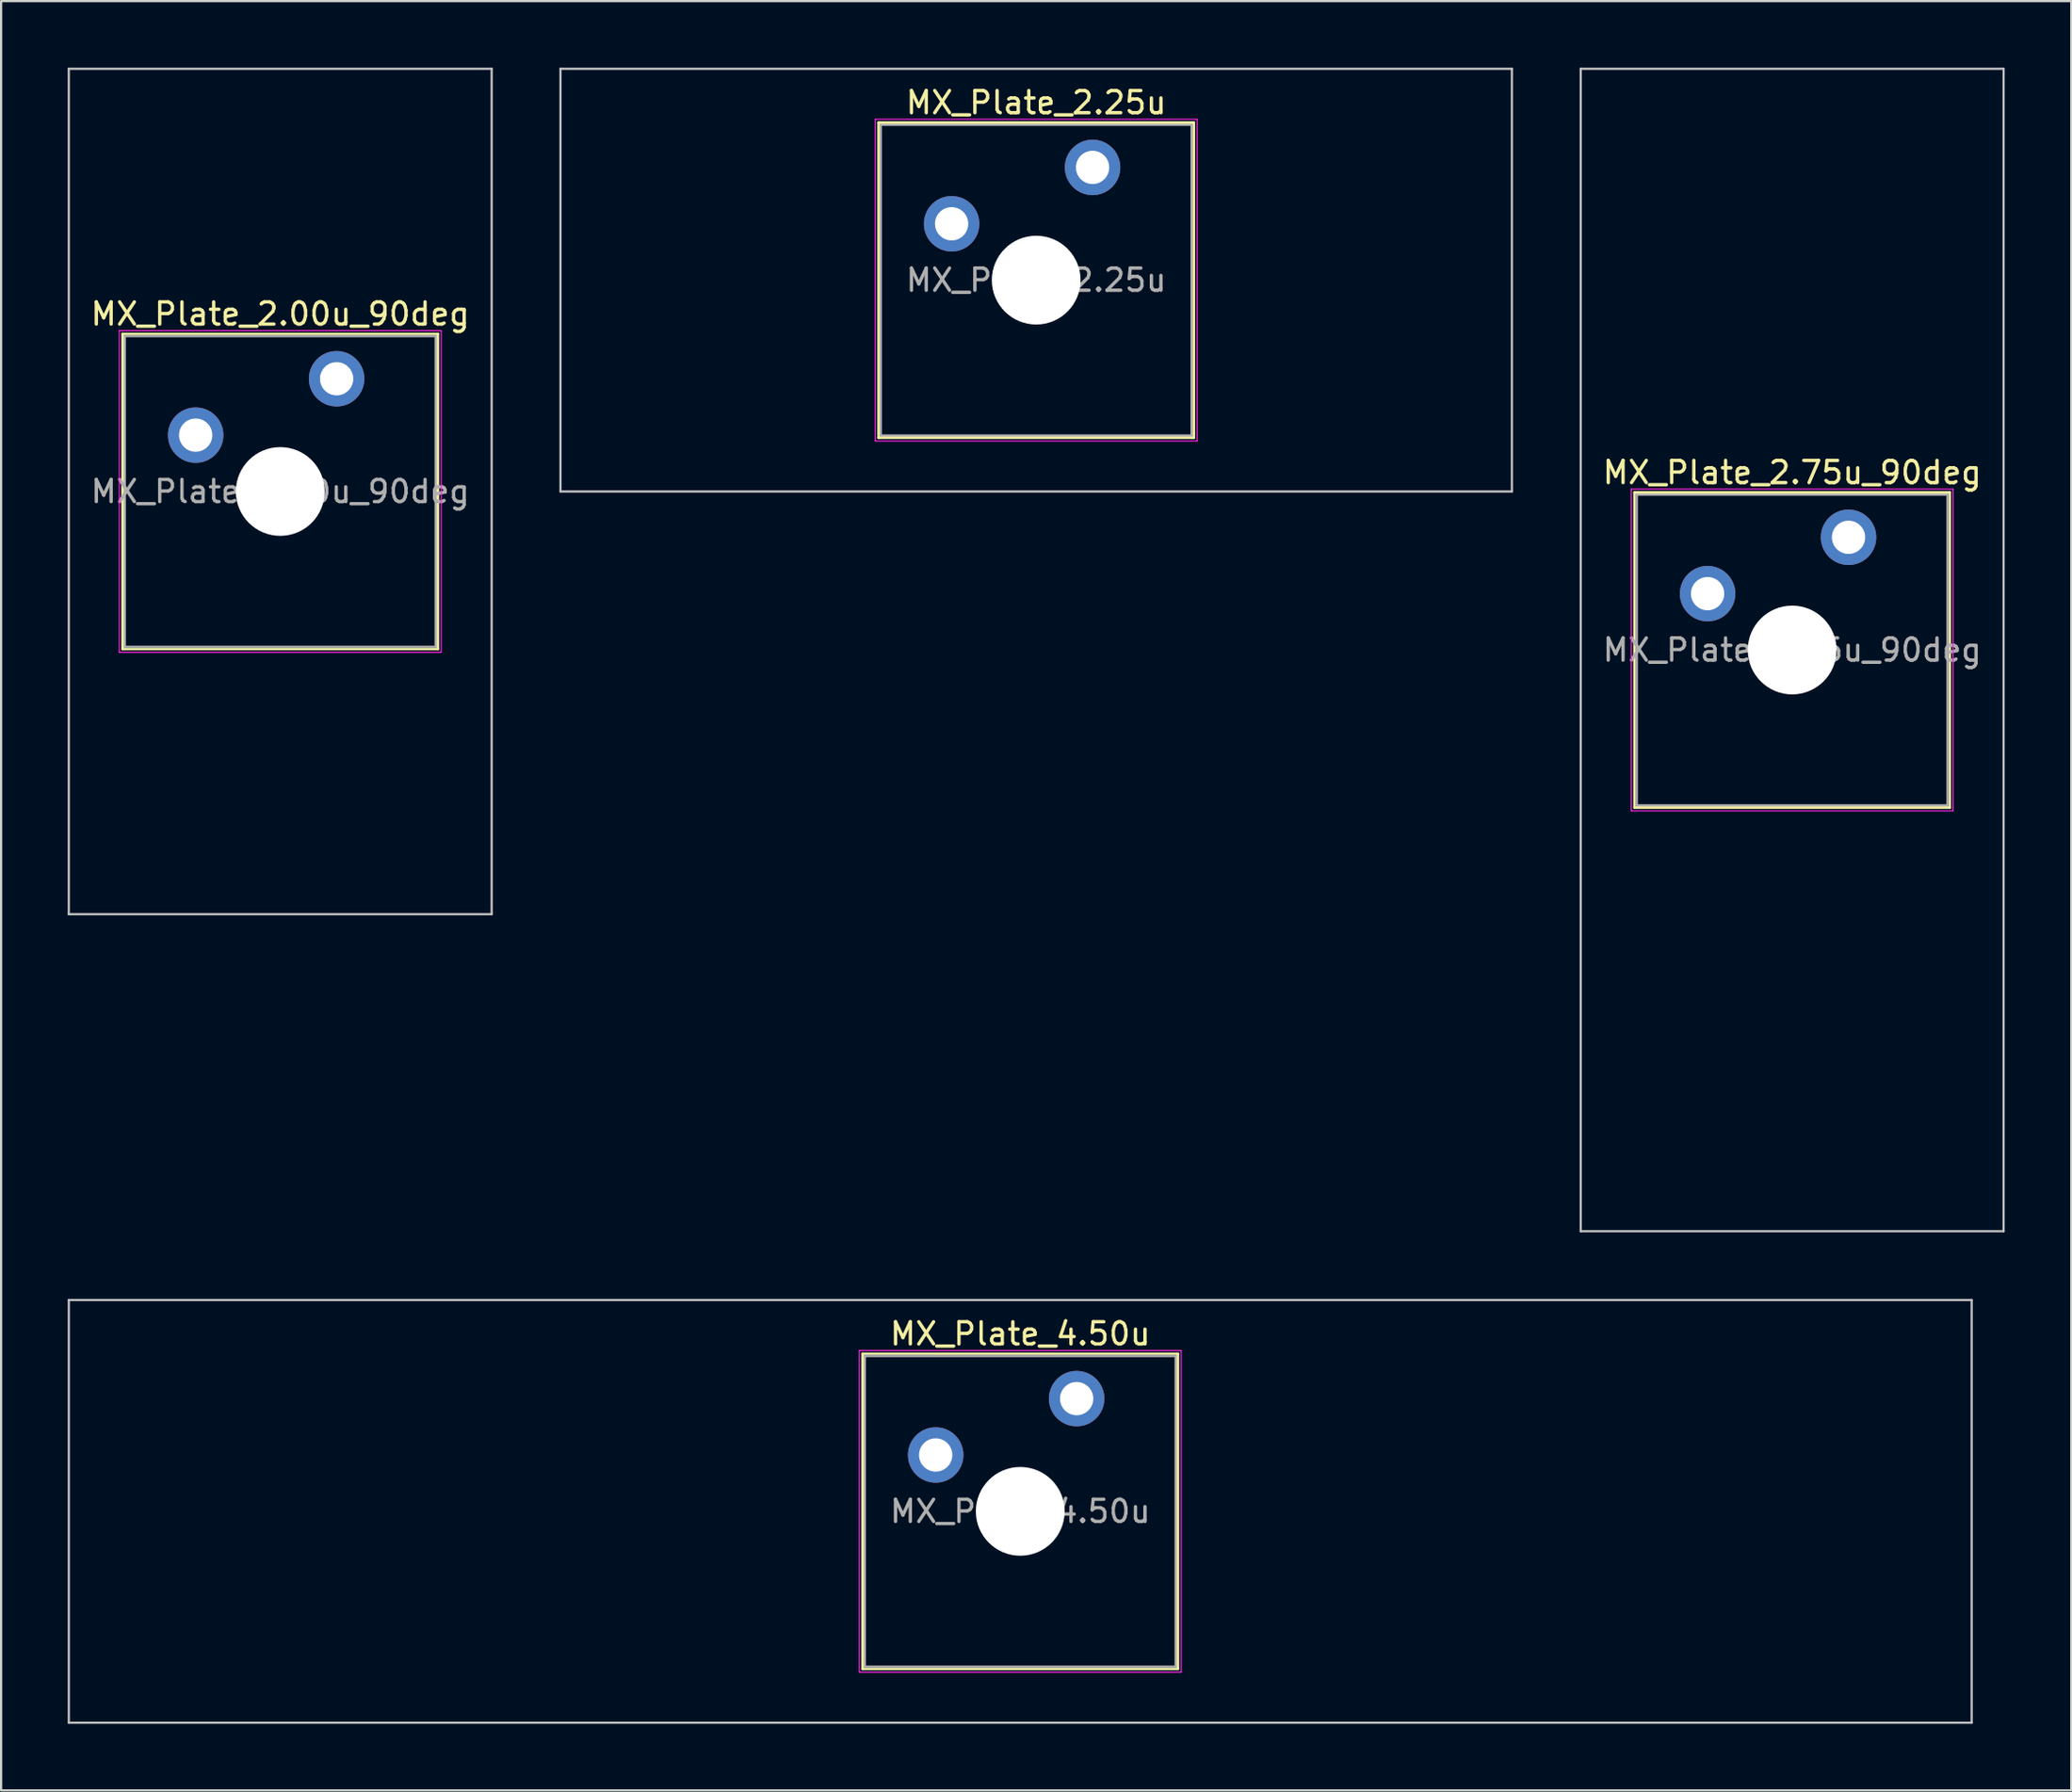
<source format=kicad_pcb>
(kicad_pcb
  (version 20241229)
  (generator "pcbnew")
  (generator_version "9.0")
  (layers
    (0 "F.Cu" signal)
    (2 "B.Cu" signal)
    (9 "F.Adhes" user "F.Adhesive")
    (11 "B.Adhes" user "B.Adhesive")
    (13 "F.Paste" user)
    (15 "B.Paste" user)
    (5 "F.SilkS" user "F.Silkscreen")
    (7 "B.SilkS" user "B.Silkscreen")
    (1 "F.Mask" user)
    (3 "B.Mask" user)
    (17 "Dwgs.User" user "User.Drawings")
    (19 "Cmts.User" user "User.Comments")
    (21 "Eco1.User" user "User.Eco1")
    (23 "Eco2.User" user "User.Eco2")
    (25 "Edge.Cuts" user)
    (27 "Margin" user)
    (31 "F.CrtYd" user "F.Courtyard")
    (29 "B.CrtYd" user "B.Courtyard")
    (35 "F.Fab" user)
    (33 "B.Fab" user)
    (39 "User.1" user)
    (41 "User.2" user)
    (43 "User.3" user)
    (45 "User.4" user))
  (footprint "MX_Plate_2.00u_90deg"
    (layer "F.Cu")
    (at 9.575 19.1)
    (property "Reference" "MX_Plate_2.00u_90deg" (at 0 -8 0) (layer "F.SilkS") (effects (font (size 1 1) (thickness 0.15))))
    (attr through_hole)
    (fp_line (start -7.1 -7.1) (end -7.1 7.1) (stroke (width 0.12) (type solid)) (layer "F.SilkS"))
    (fp_line (start -7.1 7.1) (end 7.1 7.1) (stroke (width 0.12) (type solid)) (layer "F.SilkS"))
    (fp_line (start 7.1 -7.1) (end -7.1 -7.1) (stroke (width 0.12) (type solid)) (layer "F.SilkS"))
    (fp_line (start 7.1 7.1) (end 7.1 -7.1) (stroke (width 0.12) (type solid)) (layer "F.SilkS"))
    (fp_line (start -9.525 -19.05) (end 9.525 -19.05) (stroke (width 0.1) (type solid)) (layer "Dwgs.User"))
    (fp_line (start -9.525 19.05) (end -9.525 -19.05) (stroke (width 0.1) (type solid)) (layer "Dwgs.User"))
    (fp_line (start 9.525 -19.05) (end 9.525 19.05) (stroke (width 0.1) (type solid)) (layer "Dwgs.User"))
    (fp_line (start 9.525 19.05) (end -9.525 19.05) (stroke (width 0.1) (type solid)) (layer "Dwgs.User"))
    (fp_line (start -7 -7) (end -7 7) (stroke (width 0.1) (type solid)) (layer "Eco1.User"))
    (fp_line (start -7 7) (end 7 7) (stroke (width 0.1) (type solid)) (layer "Eco1.User"))
    (fp_line (start 7 -7) (end -7 -7) (stroke (width 0.1) (type solid)) (layer "Eco1.User"))
    (fp_line (start 7 7) (end 7 -7) (stroke (width 0.1) (type solid)) (layer "Eco1.User"))
    (fp_line (start -7.25 -7.25) (end -7.25 7.25) (stroke (width 0.05) (type solid)) (layer "F.CrtYd"))
    (fp_line (start -7.25 7.25) (end 7.25 7.25) (stroke (width 0.05) (type solid)) (layer "F.CrtYd"))
    (fp_line (start 7.25 -7.25) (end -7.25 -7.25) (stroke (width 0.05) (type solid)) (layer "F.CrtYd"))
    (fp_line (start 7.25 7.25) (end 7.25 -7.25) (stroke (width 0.05) (type solid)) (layer "F.CrtYd"))
    (fp_line (start -7 -7) (end -7 7) (stroke (width 0.1) (type solid)) (layer "F.Fab"))
    (fp_line (start -7 7) (end 7 7) (stroke (width 0.1) (type solid)) (layer "F.Fab"))
    (fp_line (start 7 -7) (end -7 -7) (stroke (width 0.1) (type solid)) (layer "F.Fab"))
    (fp_line (start 7 7) (end 7 -7) (stroke (width 0.1) (type solid)) (layer "F.Fab"))
    (fp_text user "${REFERENCE}" (at 0 0 0) (layer "F.Fab") (effects (font (size 1 1) (thickness 0.15))))
    (pad "" np_thru_hole circle (at 0 0) (size 4 4) (drill 4) (layers "*.Cu" "*.Mask"))
    (pad "1" thru_hole circle (at -3.81 -2.54) (size 2.5 2.5) (drill 1.5) (layers "*.Cu" "*.Mask"))
    (pad "2" thru_hole circle (at 2.54 -5.08) (size 2.5 2.5) (drill 1.5) (layers "*.Cu" "*.Mask")))
  (footprint "MX_Plate_2.25u"
    (layer "F.Cu")
    (at 43.631 9.575)
    (property "Reference" "MX_Plate_2.25u" (at 0 -8 0) (layer "F.SilkS") (effects (font (size 1 1) (thickness 0.15))))
    (attr through_hole)
    (fp_line (start -7.1 -7.1) (end -7.1 7.1) (stroke (width 0.12) (type solid)) (layer "F.SilkS"))
    (fp_line (start -7.1 7.1) (end 7.1 7.1) (stroke (width 0.12) (type solid)) (layer "F.SilkS"))
    (fp_line (start 7.1 -7.1) (end -7.1 -7.1) (stroke (width 0.12) (type solid)) (layer "F.SilkS"))
    (fp_line (start 7.1 7.1) (end 7.1 -7.1) (stroke (width 0.12) (type solid)) (layer "F.SilkS"))
    (fp_line (start -21.431 -9.525) (end -21.431 9.525) (stroke (width 0.1) (type solid)) (layer "Dwgs.User"))
    (fp_line (start -21.431 9.525) (end 21.431 9.525) (stroke (width 0.1) (type solid)) (layer "Dwgs.User"))
    (fp_line (start 21.431 -9.525) (end -21.431 -9.525) (stroke (width 0.1) (type solid)) (layer "Dwgs.User"))
    (fp_line (start 21.431 9.525) (end 21.431 -9.525) (stroke (width 0.1) (type solid)) (layer "Dwgs.User"))
    (fp_line (start -7 -7) (end -7 7) (stroke (width 0.1) (type solid)) (layer "Eco1.User"))
    (fp_line (start -7 7) (end 7 7) (stroke (width 0.1) (type solid)) (layer "Eco1.User"))
    (fp_line (start 7 -7) (end -7 -7) (stroke (width 0.1) (type solid)) (layer "Eco1.User"))
    (fp_line (start 7 7) (end 7 -7) (stroke (width 0.1) (type solid)) (layer "Eco1.User"))
    (fp_line (start -7.25 -7.25) (end -7.25 7.25) (stroke (width 0.05) (type solid)) (layer "F.CrtYd"))
    (fp_line (start -7.25 7.25) (end 7.25 7.25) (stroke (width 0.05) (type solid)) (layer "F.CrtYd"))
    (fp_line (start 7.25 -7.25) (end -7.25 -7.25) (stroke (width 0.05) (type solid)) (layer "F.CrtYd"))
    (fp_line (start 7.25 7.25) (end 7.25 -7.25) (stroke (width 0.05) (type solid)) (layer "F.CrtYd"))
    (fp_line (start -7 -7) (end -7 7) (stroke (width 0.1) (type solid)) (layer "F.Fab"))
    (fp_line (start -7 7) (end 7 7) (stroke (width 0.1) (type solid)) (layer "F.Fab"))
    (fp_line (start 7 -7) (end -7 -7) (stroke (width 0.1) (type solid)) (layer "F.Fab"))
    (fp_line (start 7 7) (end 7 -7) (stroke (width 0.1) (type solid)) (layer "F.Fab"))
    (fp_text user "${REFERENCE}" (at 0 0 0) (layer "F.Fab") (effects (font (size 1 1) (thickness 0.15))))
    (pad "" np_thru_hole circle (at 0 0) (size 4 4) (drill 4) (layers "*.Cu" "*.Mask"))
    (pad "1" thru_hole circle (at -3.81 -2.54) (size 2.5 2.5) (drill 1.5) (layers "*.Cu" "*.Mask"))
    (pad "2" thru_hole circle (at 2.54 -5.08) (size 2.5 2.5) (drill 1.5) (layers "*.Cu" "*.Mask")))
  (footprint "MX_Plate_2.75u_90deg"
    (layer "F.Cu")
    (at 77.688 26.244)
    (property "Reference" "MX_Plate_2.75u_90deg" (at 0 -8 0) (layer "F.SilkS") (effects (font (size 1 1) (thickness 0.15))))
    (attr through_hole)
    (fp_line (start -7.1 -7.1) (end -7.1 7.1) (stroke (width 0.12) (type solid)) (layer "F.SilkS"))
    (fp_line (start -7.1 7.1) (end 7.1 7.1) (stroke (width 0.12) (type solid)) (layer "F.SilkS"))
    (fp_line (start 7.1 -7.1) (end -7.1 -7.1) (stroke (width 0.12) (type solid)) (layer "F.SilkS"))
    (fp_line (start 7.1 7.1) (end 7.1 -7.1) (stroke (width 0.12) (type solid)) (layer "F.SilkS"))
    (fp_line (start -9.525 -26.194) (end 9.525 -26.194) (stroke (width 0.1) (type solid)) (layer "Dwgs.User"))
    (fp_line (start -9.525 26.194) (end -9.525 -26.194) (stroke (width 0.1) (type solid)) (layer "Dwgs.User"))
    (fp_line (start 9.525 -26.194) (end 9.525 26.194) (stroke (width 0.1) (type solid)) (layer "Dwgs.User"))
    (fp_line (start 9.525 26.194) (end -9.525 26.194) (stroke (width 0.1) (type solid)) (layer "Dwgs.User"))
    (fp_line (start -7 -7) (end -7 7) (stroke (width 0.1) (type solid)) (layer "Eco1.User"))
    (fp_line (start -7 7) (end 7 7) (stroke (width 0.1) (type solid)) (layer "Eco1.User"))
    (fp_line (start 7 -7) (end -7 -7) (stroke (width 0.1) (type solid)) (layer "Eco1.User"))
    (fp_line (start 7 7) (end 7 -7) (stroke (width 0.1) (type solid)) (layer "Eco1.User"))
    (fp_line (start -7.25 -7.25) (end -7.25 7.25) (stroke (width 0.05) (type solid)) (layer "F.CrtYd"))
    (fp_line (start -7.25 7.25) (end 7.25 7.25) (stroke (width 0.05) (type solid)) (layer "F.CrtYd"))
    (fp_line (start 7.25 -7.25) (end -7.25 -7.25) (stroke (width 0.05) (type solid)) (layer "F.CrtYd"))
    (fp_line (start 7.25 7.25) (end 7.25 -7.25) (stroke (width 0.05) (type solid)) (layer "F.CrtYd"))
    (fp_line (start -7 -7) (end -7 7) (stroke (width 0.1) (type solid)) (layer "F.Fab"))
    (fp_line (start -7 7) (end 7 7) (stroke (width 0.1) (type solid)) (layer "F.Fab"))
    (fp_line (start 7 -7) (end -7 -7) (stroke (width 0.1) (type solid)) (layer "F.Fab"))
    (fp_line (start 7 7) (end 7 -7) (stroke (width 0.1) (type solid)) (layer "F.Fab"))
    (fp_text user "${REFERENCE}" (at 0 0 0) (layer "F.Fab") (effects (font (size 1 1) (thickness 0.15))))
    (pad "" np_thru_hole circle (at 0 0) (size 4 4) (drill 4) (layers "*.Cu" "*.Mask"))
    (pad "1" thru_hole circle (at -3.81 -2.54) (size 2.5 2.5) (drill 1.5) (layers "*.Cu" "*.Mask"))
    (pad "2" thru_hole circle (at 2.54 -5.08) (size 2.5 2.5) (drill 1.5) (layers "*.Cu" "*.Mask")))
  (footprint "MX_Plate_4.50u"
    (layer "F.Cu")
    (at 42.913 65.062)
    (property "Reference" "MX_Plate_4.50u" (at 0 -8 0) (layer "F.SilkS") (effects (font (size 1 1) (thickness 0.15))))
    (attr through_hole)
    (fp_line (start -7.1 -7.1) (end -7.1 7.1) (stroke (width 0.12) (type solid)) (layer "F.SilkS"))
    (fp_line (start -7.1 7.1) (end 7.1 7.1) (stroke (width 0.12) (type solid)) (layer "F.SilkS"))
    (fp_line (start 7.1 -7.1) (end -7.1 -7.1) (stroke (width 0.12) (type solid)) (layer "F.SilkS"))
    (fp_line (start 7.1 7.1) (end 7.1 -7.1) (stroke (width 0.12) (type solid)) (layer "F.SilkS"))
    (fp_line (start -42.862 -9.525) (end -42.862 9.525) (stroke (width 0.1) (type solid)) (layer "Dwgs.User"))
    (fp_line (start -42.862 9.525) (end 42.862 9.525) (stroke (width 0.1) (type solid)) (layer "Dwgs.User"))
    (fp_line (start 42.862 -9.525) (end -42.862 -9.525) (stroke (width 0.1) (type solid)) (layer "Dwgs.User"))
    (fp_line (start 42.862 9.525) (end 42.862 -9.525) (stroke (width 0.1) (type solid)) (layer "Dwgs.User"))
    (fp_line (start -7 -7) (end -7 7) (stroke (width 0.1) (type solid)) (layer "Eco1.User"))
    (fp_line (start -7 7) (end 7 7) (stroke (width 0.1) (type solid)) (layer "Eco1.User"))
    (fp_line (start 7 -7) (end -7 -7) (stroke (width 0.1) (type solid)) (layer "Eco1.User"))
    (fp_line (start 7 7) (end 7 -7) (stroke (width 0.1) (type solid)) (layer "Eco1.User"))
    (fp_line (start -7.25 -7.25) (end -7.25 7.25) (stroke (width 0.05) (type solid)) (layer "F.CrtYd"))
    (fp_line (start -7.25 7.25) (end 7.25 7.25) (stroke (width 0.05) (type solid)) (layer "F.CrtYd"))
    (fp_line (start 7.25 -7.25) (end -7.25 -7.25) (stroke (width 0.05) (type solid)) (layer "F.CrtYd"))
    (fp_line (start 7.25 7.25) (end 7.25 -7.25) (stroke (width 0.05) (type solid)) (layer "F.CrtYd"))
    (fp_line (start -7 -7) (end -7 7) (stroke (width 0.1) (type solid)) (layer "F.Fab"))
    (fp_line (start -7 7) (end 7 7) (stroke (width 0.1) (type solid)) (layer "F.Fab"))
    (fp_line (start 7 -7) (end -7 -7) (stroke (width 0.1) (type solid)) (layer "F.Fab"))
    (fp_line (start 7 7) (end 7 -7) (stroke (width 0.1) (type solid)) (layer "F.Fab"))
    (fp_text user "${REFERENCE}" (at 0 0 0) (layer "F.Fab") (effects (font (size 1 1) (thickness 0.15))))
    (pad "" np_thru_hole circle (at 0 0) (size 4 4) (drill 4) (layers "*.Cu" "*.Mask"))
    (pad "1" thru_hole circle (at -3.81 -2.54) (size 2.5 2.5) (drill 1.5) (layers "*.Cu" "*.Mask"))
    (pad "2" thru_hole circle (at 2.54 -5.08) (size 2.5 2.5) (drill 1.5) (layers "*.Cu" "*.Mask")))
  (gr_rect
    (start -3 -3)
    (end 90.263 77.638)
    (stroke (width 0.1) (type default))
    (fill no)
    (layer "Edge.Cuts")))
</source>
